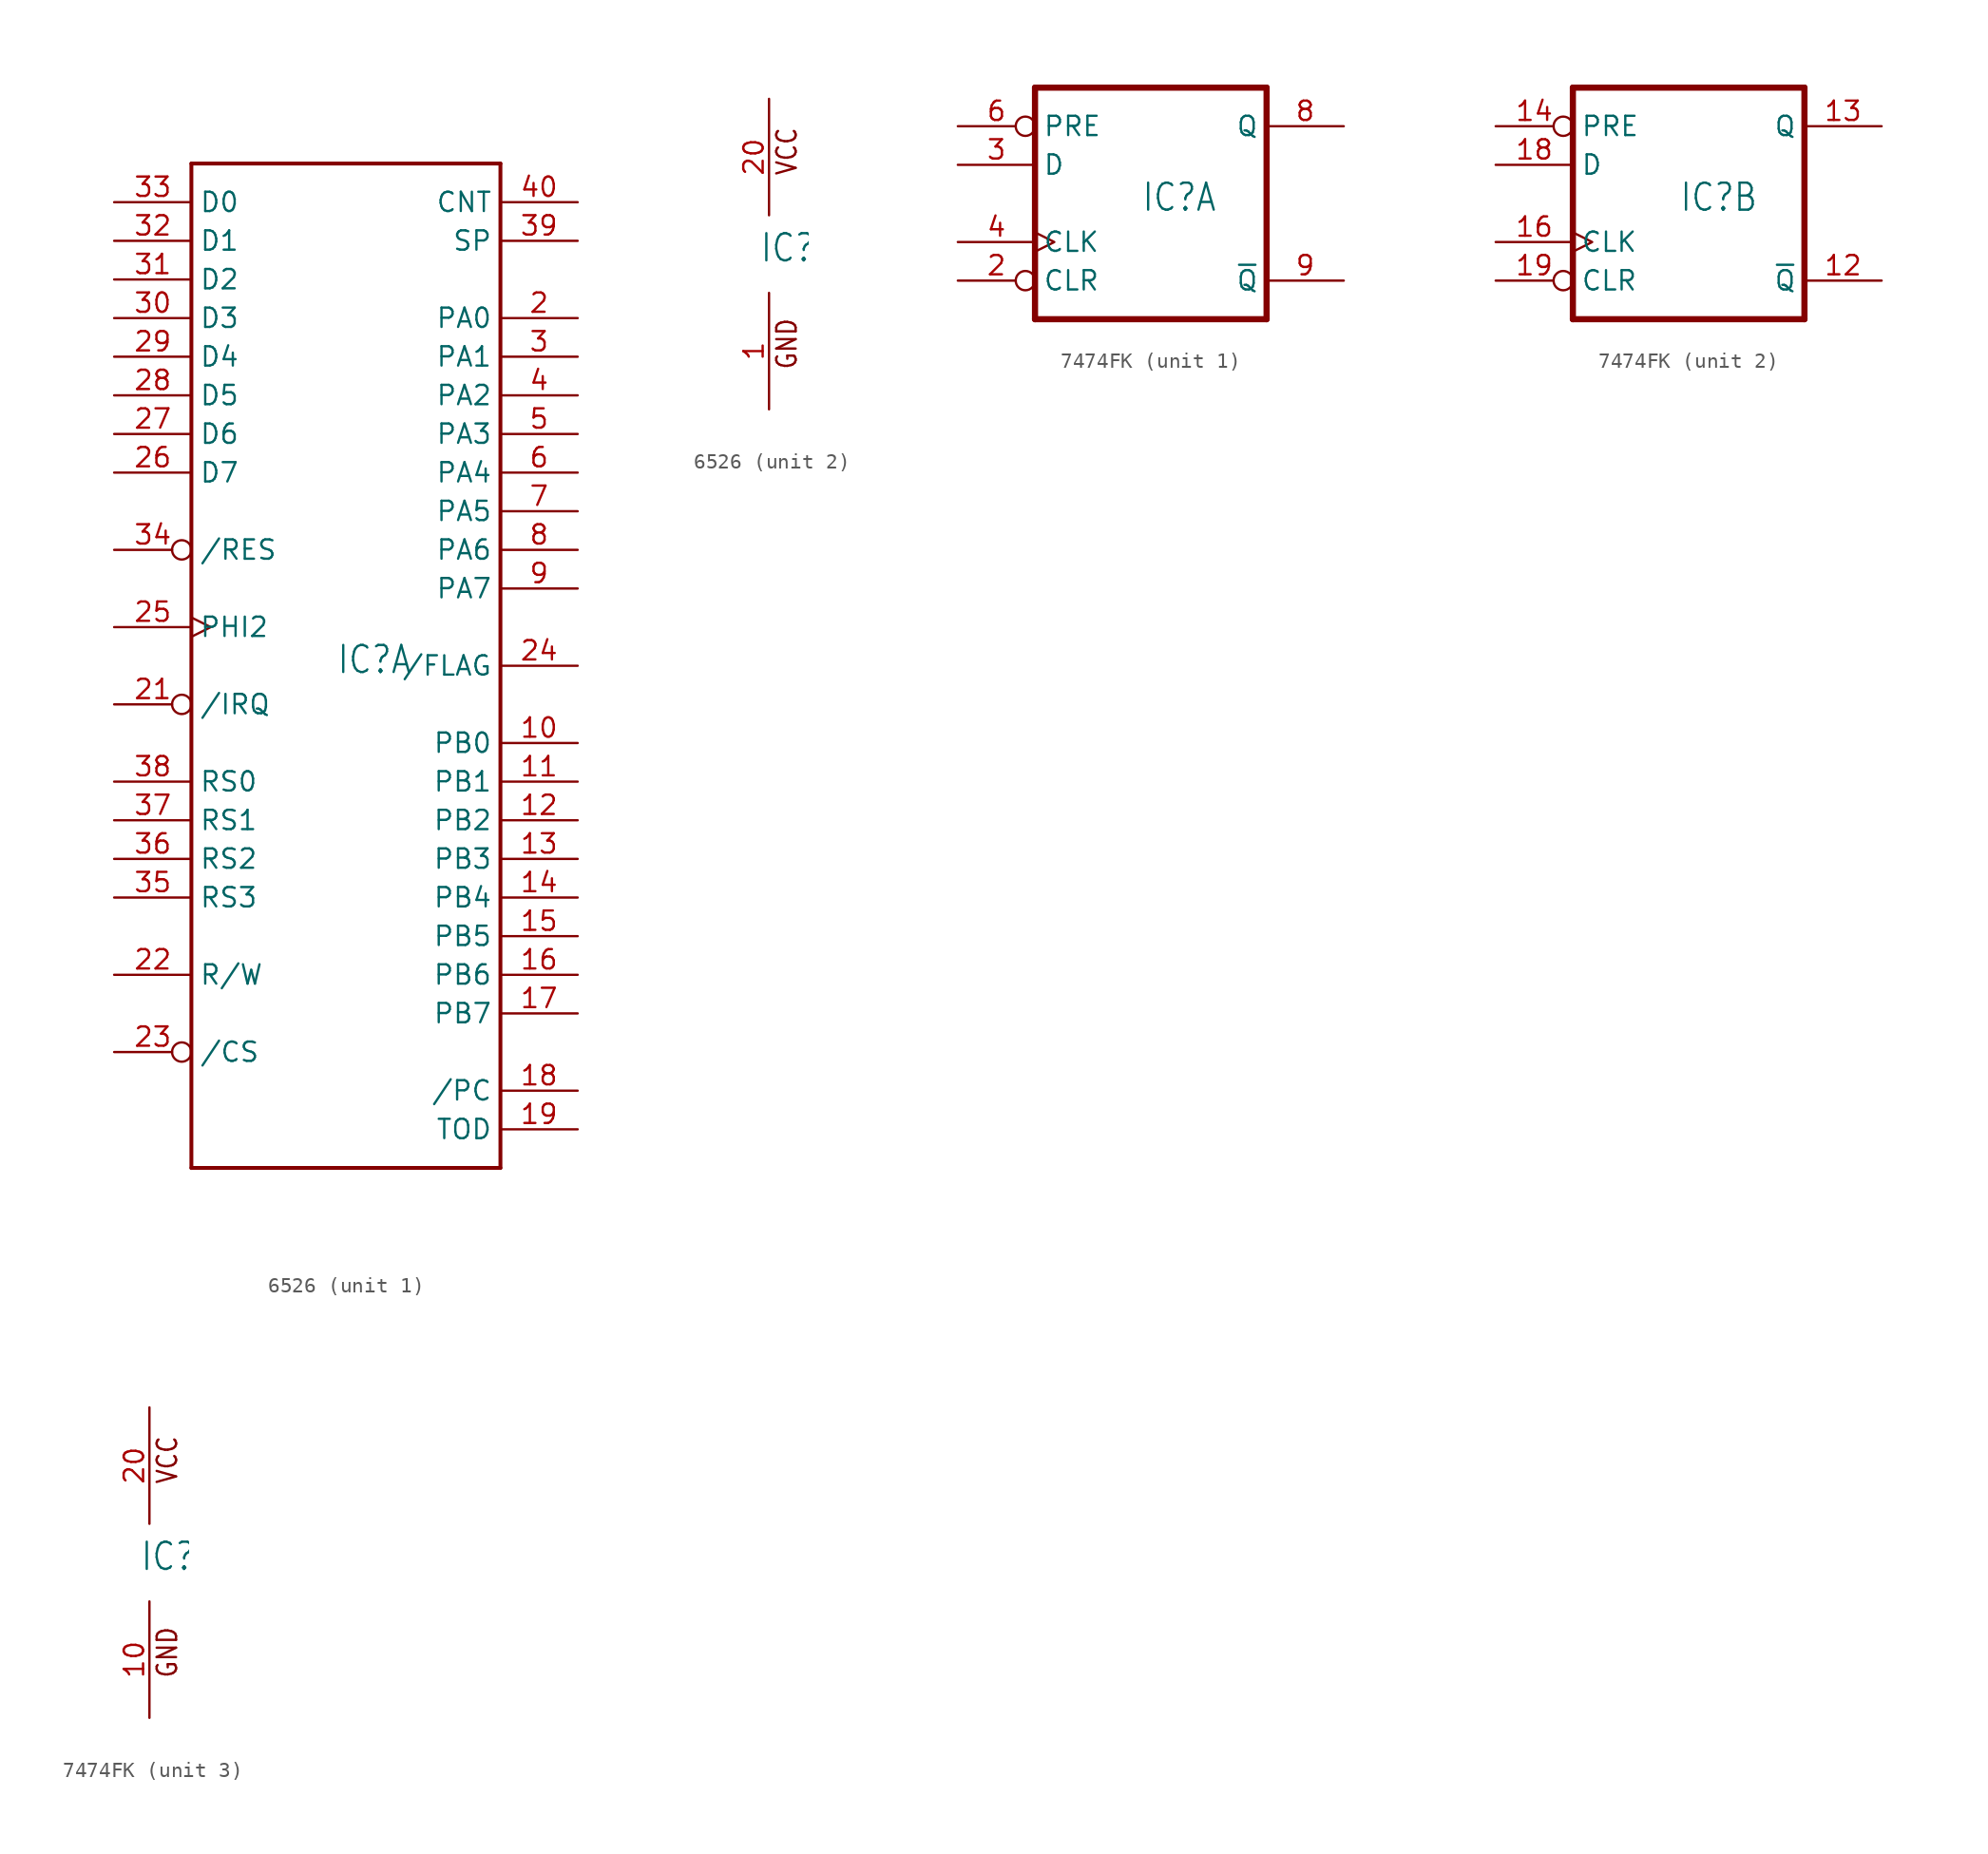
<source format=kicad_sym>
(kicad_symbol_lib
  (version 20211014)
  (generator kicad_symbol_editor)
  (symbol "6526"
    (property "Reference" "IC"
      (at -0.635 -0.635 0)
      (effects (font (size 1.778 1.511)) (justify left bottom)))
    (property "ki_locked" ""
      (at 0 0 0)
      (effects (font (size 1.27 1.27))))
    (symbol "6526_1_0"
      (polyline (pts (xy -10.16 -33.02) (xy -10.16 33.02)) (stroke (width 0.254) (type default) (color 0 0 0 0)) (fill (type none)))
      (polyline (pts (xy -10.16 33.02) (xy 10.16 33.02)) (stroke (width 0.254) (type default) (color 0 0 0 0)) (fill (type none)))
      (polyline (pts (xy 10.16 -33.02) (xy -10.16 -33.02)) (stroke (width 0.254) (type default) (color 0 0 0 0)) (fill (type none)))
      (polyline (pts (xy 10.16 33.02) (xy 10.16 -33.02)) (stroke (width 0.254) (type default) (color 0 0 0 0)) (fill (type none)))
      (pin bidirectional line (at 15.24 -5.08 180) (length 5.08) (name "PB0" (effects (font (size 1.27 1.27)))) (number "10" (effects (font (size 1.27 1.27)))))
      (pin bidirectional line (at 15.24 -7.62 180) (length 5.08) (name "PB1" (effects (font (size 1.27 1.27)))) (number "11" (effects (font (size 1.27 1.27)))))
      (pin bidirectional line (at 15.24 -10.16 180) (length 5.08) (name "PB2" (effects (font (size 1.27 1.27)))) (number "12" (effects (font (size 1.27 1.27)))))
      (pin bidirectional line (at 15.24 -12.7 180) (length 5.08) (name "PB3" (effects (font (size 1.27 1.27)))) (number "13" (effects (font (size 1.27 1.27)))))
      (pin bidirectional line (at 15.24 -15.24 180) (length 5.08) (name "PB4" (effects (font (size 1.27 1.27)))) (number "14" (effects (font (size 1.27 1.27)))))
      (pin bidirectional line (at 15.24 -17.78 180) (length 5.08) (name "PB5" (effects (font (size 1.27 1.27)))) (number "15" (effects (font (size 1.27 1.27)))))
      (pin bidirectional line (at 15.24 -20.32 180) (length 5.08) (name "PB6" (effects (font (size 1.27 1.27)))) (number "16" (effects (font (size 1.27 1.27)))))
      (pin bidirectional line (at 15.24 -22.86 180) (length 5.08) (name "PB7" (effects (font (size 1.27 1.27)))) (number "17" (effects (font (size 1.27 1.27)))))
      (pin bidirectional line (at 15.24 -27.94 180) (length 5.08) (name "/PC" (effects (font (size 1.27 1.27)))) (number "18" (effects (font (size 1.27 1.27)))))
      (pin bidirectional line (at 15.24 -30.48 180) (length 5.08) (name "TOD" (effects (font (size 1.27 1.27)))) (number "19" (effects (font (size 1.27 1.27)))))
      (pin bidirectional line (at 15.24 22.86 180) (length 5.08) (name "PA0" (effects (font (size 1.27 1.27)))) (number "2" (effects (font (size 1.27 1.27)))))
      (pin open_collector inverted (at -15.24 -2.54 0) (length 5.08) (name "/IRQ" (effects (font (size 1.27 1.27)))) (number "21" (effects (font (size 1.27 1.27)))))
      (pin input line (at -15.24 -20.32 0) (length 5.08) (name "R/W" (effects (font (size 1.27 1.27)))) (number "22" (effects (font (size 1.27 1.27)))))
      (pin input inverted (at -15.24 -25.4 0) (length 5.08) (name "/CS" (effects (font (size 1.27 1.27)))) (number "23" (effects (font (size 1.27 1.27)))))
      (pin input line (at 15.24 0 180) (length 5.08) (name "/FLAG" (effects (font (size 1.27 1.27)))) (number "24" (effects (font (size 1.27 1.27)))))
      (pin input clock (at -15.24 2.54 0) (length 5.08) (name "PHI2" (effects (font (size 1.27 1.27)))) (number "25" (effects (font (size 1.27 1.27)))))
      (pin bidirectional line (at -15.24 12.7 0) (length 5.08) (name "D7" (effects (font (size 1.27 1.27)))) (number "26" (effects (font (size 1.27 1.27)))))
      (pin bidirectional line (at -15.24 15.24 0) (length 5.08) (name "D6" (effects (font (size 1.27 1.27)))) (number "27" (effects (font (size 1.27 1.27)))))
      (pin bidirectional line (at -15.24 17.78 0) (length 5.08) (name "D5" (effects (font (size 1.27 1.27)))) (number "28" (effects (font (size 1.27 1.27)))))
      (pin bidirectional line (at -15.24 20.32 0) (length 5.08) (name "D4" (effects (font (size 1.27 1.27)))) (number "29" (effects (font (size 1.27 1.27)))))
      (pin bidirectional line (at 15.24 20.32 180) (length 5.08) (name "PA1" (effects (font (size 1.27 1.27)))) (number "3" (effects (font (size 1.27 1.27)))))
      (pin bidirectional line (at -15.24 22.86 0) (length 5.08) (name "D3" (effects (font (size 1.27 1.27)))) (number "30" (effects (font (size 1.27 1.27)))))
      (pin bidirectional line (at -15.24 25.4 0) (length 5.08) (name "D2" (effects (font (size 1.27 1.27)))) (number "31" (effects (font (size 1.27 1.27)))))
      (pin bidirectional line (at -15.24 27.94 0) (length 5.08) (name "D1" (effects (font (size 1.27 1.27)))) (number "32" (effects (font (size 1.27 1.27)))))
      (pin bidirectional line (at -15.24 30.48 0) (length 5.08) (name "D0" (effects (font (size 1.27 1.27)))) (number "33" (effects (font (size 1.27 1.27)))))
      (pin input inverted (at -15.24 7.62 0) (length 5.08) (name "/RES" (effects (font (size 1.27 1.27)))) (number "34" (effects (font (size 1.27 1.27)))))
      (pin input line (at -15.24 -15.24 0) (length 5.08) (name "RS3" (effects (font (size 1.27 1.27)))) (number "35" (effects (font (size 1.27 1.27)))))
      (pin input line (at -15.24 -12.7 0) (length 5.08) (name "RS2" (effects (font (size 1.27 1.27)))) (number "36" (effects (font (size 1.27 1.27)))))
      (pin input line (at -15.24 -10.16 0) (length 5.08) (name "RS1" (effects (font (size 1.27 1.27)))) (number "37" (effects (font (size 1.27 1.27)))))
      (pin input line (at -15.24 -7.62 0) (length 5.08) (name "RS0" (effects (font (size 1.27 1.27)))) (number "38" (effects (font (size 1.27 1.27)))))
      (pin bidirectional line (at 15.24 27.94 180) (length 5.08) (name "SP" (effects (font (size 1.27 1.27)))) (number "39" (effects (font (size 1.27 1.27)))))
      (pin bidirectional line (at 15.24 17.78 180) (length 5.08) (name "PA2" (effects (font (size 1.27 1.27)))) (number "4" (effects (font (size 1.27 1.27)))))
      (pin input line (at 15.24 30.48 180) (length 5.08) (name "CNT" (effects (font (size 1.27 1.27)))) (number "40" (effects (font (size 1.27 1.27)))))
      (pin bidirectional line (at 15.24 15.24 180) (length 5.08) (name "PA3" (effects (font (size 1.27 1.27)))) (number "5" (effects (font (size 1.27 1.27)))))
      (pin bidirectional line (at 15.24 12.7 180) (length 5.08) (name "PA4" (effects (font (size 1.27 1.27)))) (number "6" (effects (font (size 1.27 1.27)))))
      (pin bidirectional line (at 15.24 10.16 180) (length 5.08) (name "PA5" (effects (font (size 1.27 1.27)))) (number "7" (effects (font (size 1.27 1.27)))))
      (pin bidirectional line (at 15.24 7.62 180) (length 5.08) (name "PA6" (effects (font (size 1.27 1.27)))) (number "8" (effects (font (size 1.27 1.27)))))
      (pin bidirectional line (at 15.24 5.08 180) (length 5.08) (name "PA7" (effects (font (size 1.27 1.27)))) (number "9" (effects (font (size 1.27 1.27))))))
    (symbol "6526_2_0"
      (text "GND" (at 1.905 -7.62 900) (effects (font (size 1.27 1.079)) (justify left bottom)))
      (text "VCC" (at 1.905 5.08 900) (effects (font (size 1.27 1.079)) (justify left bottom)))
      (pin power_in line (at 0 -10.16 90) (length 7.62) (name "GND" (effects (font (size 0 0)))) (number "1" (effects (font (size 1.27 1.27)))))
      (pin power_in line (at 0 10.16 270) (length 7.62) (name "VCC" (effects (font (size 0 0)))) (number "20" (effects (font (size 1.27 1.27)))))))
  (symbol "7474FK"
    (property "Reference" "IC"
      (at -0.635 -0.635 0)
      (effects (font (size 1.778 1.511)) (justify left bottom)))
    (property "ki_locked" ""
      (at 0 0 0)
      (effects (font (size 1.27 1.27))))
    (symbol "7474FK_1_0"
      (polyline (pts (xy -7.62 -7.62) (xy 7.62 -7.62)) (stroke (width 0.406) (type default) (color 0 0 0 0)) (fill (type none)))
      (polyline (pts (xy -7.62 7.62) (xy -7.62 -7.62)) (stroke (width 0.406) (type default) (color 0 0 0 0)) (fill (type none)))
      (polyline (pts (xy 7.62 -7.62) (xy 7.62 7.62)) (stroke (width 0.406) (type default) (color 0 0 0 0)) (fill (type none)))
      (polyline (pts (xy 7.62 7.62) (xy -7.62 7.62)) (stroke (width 0.406) (type default) (color 0 0 0 0)) (fill (type none)))
      (pin input inverted (at -12.7 -5.08 0) (length 5.08) (name "CLR" (effects (font (size 1.27 1.27)))) (number "2" (effects (font (size 1.27 1.27)))))
      (pin input line (at -12.7 2.54 0) (length 5.08) (name "D" (effects (font (size 1.27 1.27)))) (number "3" (effects (font (size 1.27 1.27)))))
      (pin input clock (at -12.7 -2.54 0) (length 5.08) (name "CLK" (effects (font (size 1.27 1.27)))) (number "4" (effects (font (size 1.27 1.27)))))
      (pin input inverted (at -12.7 5.08 0) (length 5.08) (name "PRE" (effects (font (size 1.27 1.27)))) (number "6" (effects (font (size 1.27 1.27)))))
      (pin output line (at 12.7 5.08 180) (length 5.08) (name "Q" (effects (font (size 1.27 1.27)))) (number "8" (effects (font (size 1.27 1.27)))))
      (pin output line (at 12.7 -5.08 180) (length 5.08) (name "~{Q}" (effects (font (size 1.27 1.27)))) (number "9" (effects (font (size 1.27 1.27))))))
    (symbol "7474FK_2_0"
      (polyline (pts (xy -7.62 -7.62) (xy 7.62 -7.62)) (stroke (width 0.406) (type default) (color 0 0 0 0)) (fill (type none)))
      (polyline (pts (xy -7.62 7.62) (xy -7.62 -7.62)) (stroke (width 0.406) (type default) (color 0 0 0 0)) (fill (type none)))
      (polyline (pts (xy 7.62 -7.62) (xy 7.62 7.62)) (stroke (width 0.406) (type default) (color 0 0 0 0)) (fill (type none)))
      (polyline (pts (xy 7.62 7.62) (xy -7.62 7.62)) (stroke (width 0.406) (type default) (color 0 0 0 0)) (fill (type none)))
      (pin output line (at 12.7 -5.08 180) (length 5.08) (name "~{Q}" (effects (font (size 1.27 1.27)))) (number "12" (effects (font (size 1.27 1.27)))))
      (pin output line (at 12.7 5.08 180) (length 5.08) (name "Q" (effects (font (size 1.27 1.27)))) (number "13" (effects (font (size 1.27 1.27)))))
      (pin input inverted (at -12.7 5.08 0) (length 5.08) (name "PRE" (effects (font (size 1.27 1.27)))) (number "14" (effects (font (size 1.27 1.27)))))
      (pin input clock (at -12.7 -2.54 0) (length 5.08) (name "CLK" (effects (font (size 1.27 1.27)))) (number "16" (effects (font (size 1.27 1.27)))))
      (pin input line (at -12.7 2.54 0) (length 5.08) (name "D" (effects (font (size 1.27 1.27)))) (number "18" (effects (font (size 1.27 1.27)))))
      (pin input inverted (at -12.7 -5.08 0) (length 5.08) (name "CLR" (effects (font (size 1.27 1.27)))) (number "19" (effects (font (size 1.27 1.27))))))
    (symbol "7474FK_3_0"
      (text "GND" (at 1.905 -7.62 900) (effects (font (size 1.27 1.079)) (justify left bottom)))
      (text "VCC" (at 1.905 5.08 900) (effects (font (size 1.27 1.079)) (justify left bottom)))
      (pin power_in line (at 0 -10.16 90) (length 7.62) (name "GND" (effects (font (size 0 0)))) (number "10" (effects (font (size 1.27 1.27)))))
      (pin power_in line (at 0 10.16 270) (length 7.62) (name "VCC" (effects (font (size 0 0)))) (number "20" (effects (font (size 1.27 1.27))))))))
</source>
